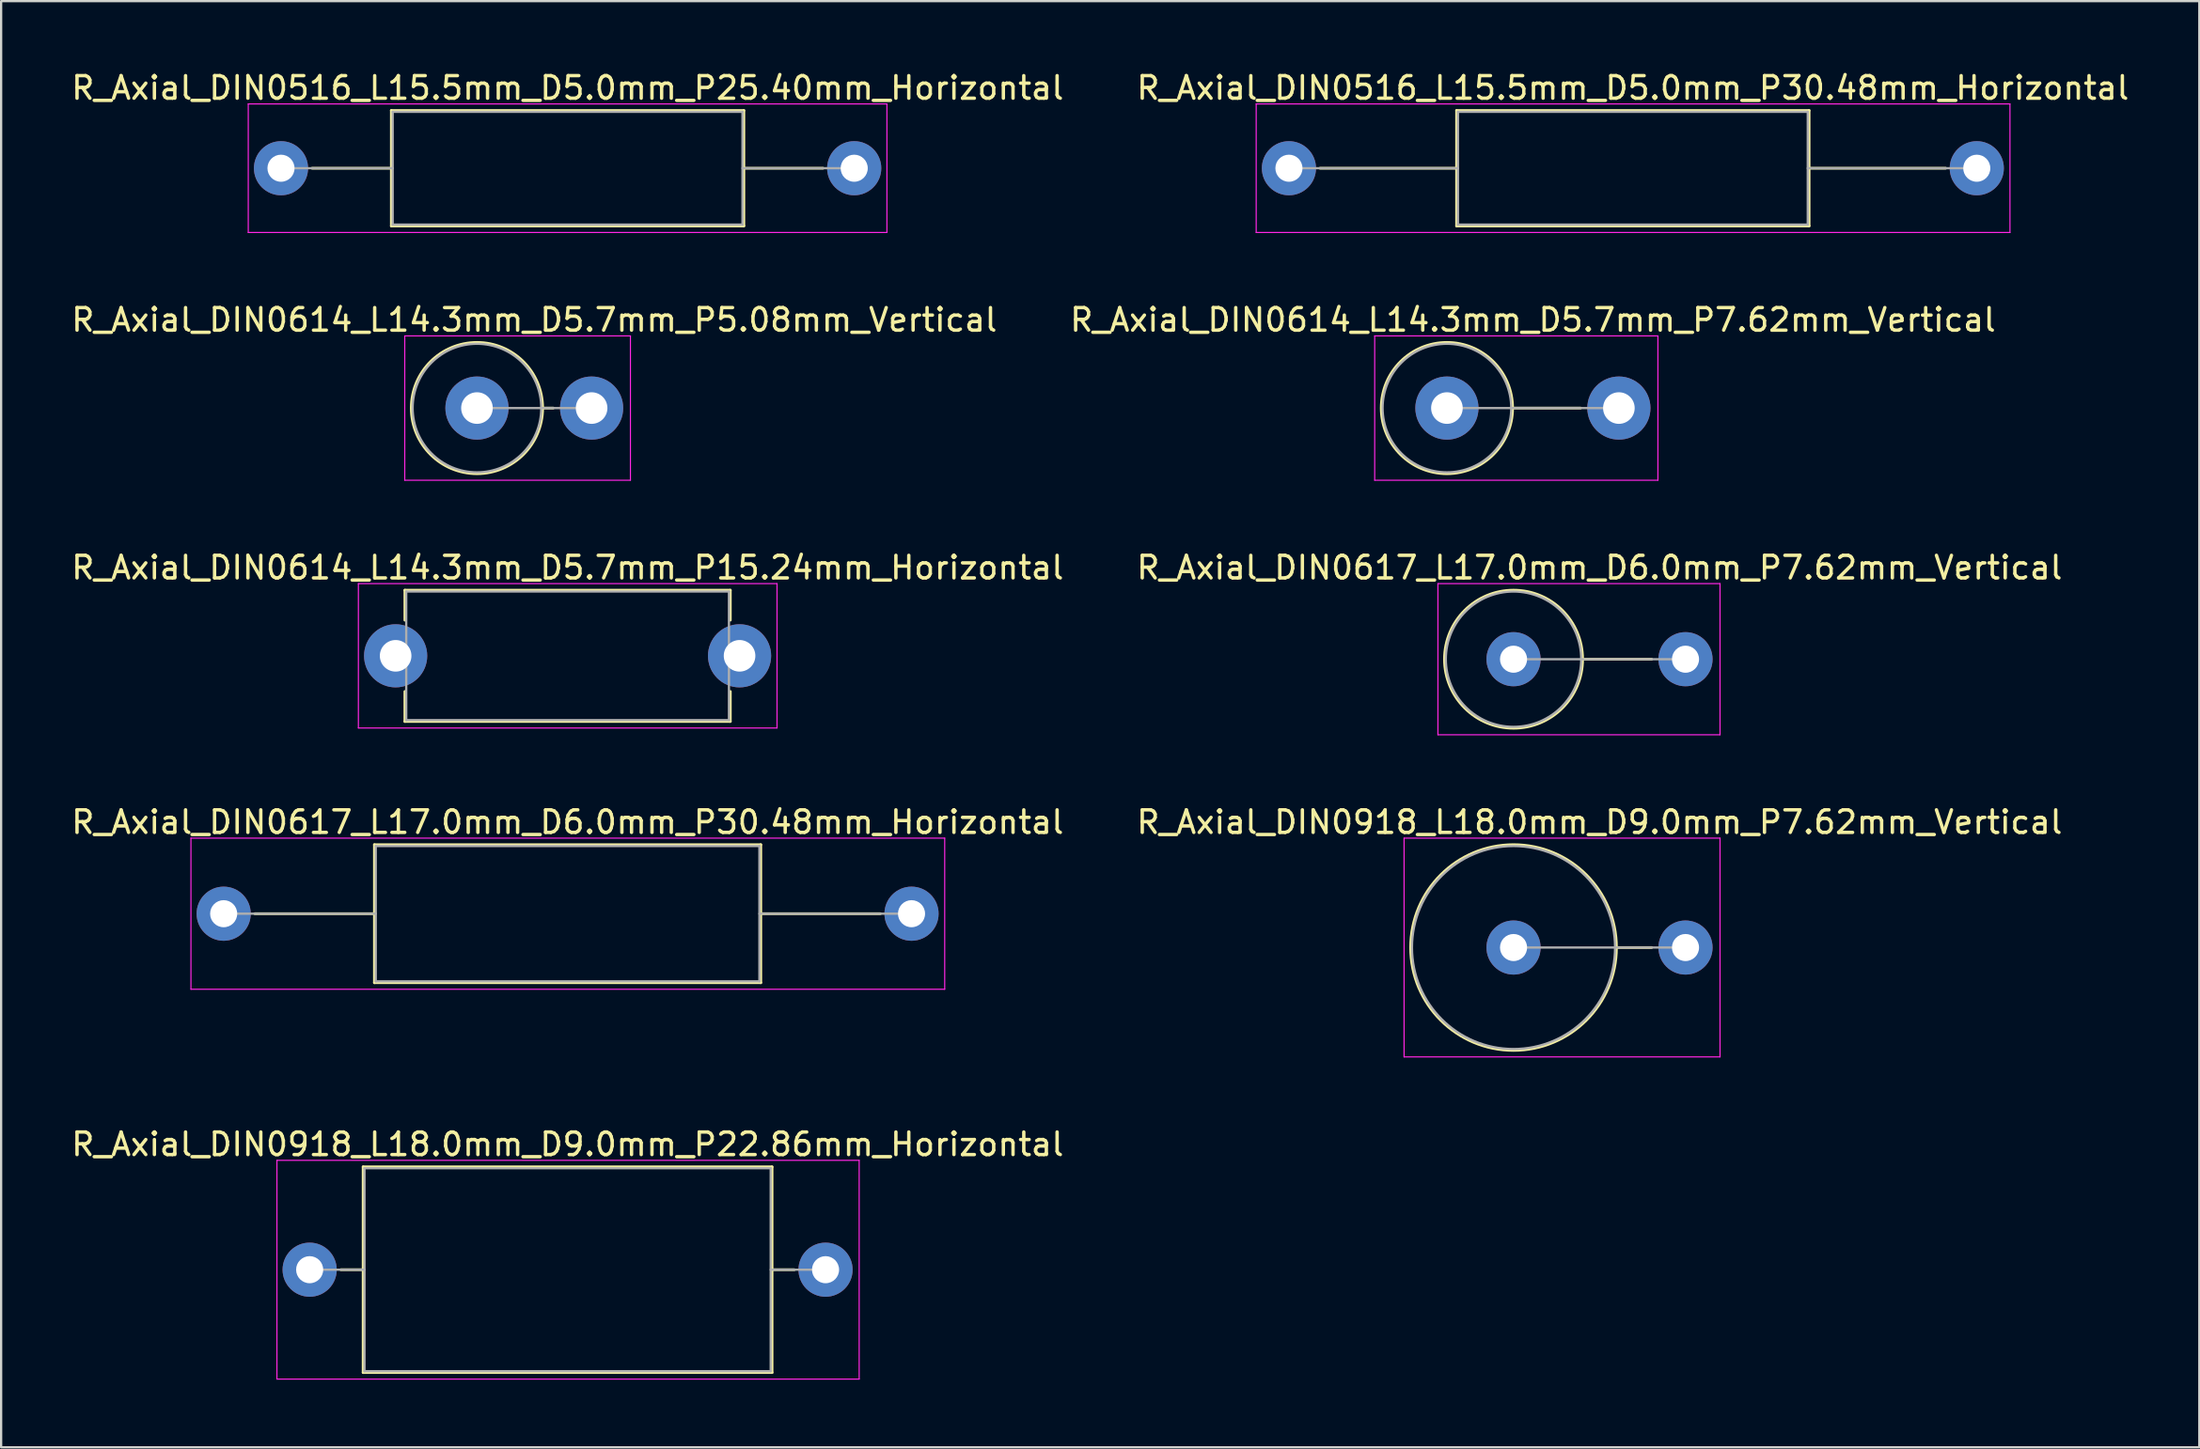
<source format=kicad_pcb>
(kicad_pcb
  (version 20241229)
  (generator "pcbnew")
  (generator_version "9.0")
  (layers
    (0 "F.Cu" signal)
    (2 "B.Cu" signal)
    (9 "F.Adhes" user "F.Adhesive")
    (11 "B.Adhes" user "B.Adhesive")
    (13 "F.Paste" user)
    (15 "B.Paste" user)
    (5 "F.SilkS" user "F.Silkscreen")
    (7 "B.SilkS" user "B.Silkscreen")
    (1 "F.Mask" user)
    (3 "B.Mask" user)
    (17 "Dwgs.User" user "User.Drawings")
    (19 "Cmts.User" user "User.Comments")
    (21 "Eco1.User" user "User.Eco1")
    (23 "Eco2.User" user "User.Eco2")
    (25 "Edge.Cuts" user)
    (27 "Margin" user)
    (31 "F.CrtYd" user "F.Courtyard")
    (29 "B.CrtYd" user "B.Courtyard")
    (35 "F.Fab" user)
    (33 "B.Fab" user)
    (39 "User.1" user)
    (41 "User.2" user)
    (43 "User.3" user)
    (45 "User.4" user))
  (footprint "R_Axial_DIN0516_L15.5mm_D5.0mm_P25.40mm_Horizontal"
    (layer "F.Cu")
    (at 9.401 4.408)
    (property "Reference" "R_Axial_DIN0516_L15.5mm_D5.0mm_P25.40mm_Horizontal" (at 12.7 -3.56 0) (layer "F.SilkS") (effects (font (size 1 1) (thickness 0.15))))
    (attr through_hole)
    (fp_line (start 1.38 0) (end 4.89 0) (stroke (width 0.12) (type solid)) (layer "F.SilkS"))
    (fp_line (start 4.89 -2.56) (end 4.89 2.56) (stroke (width 0.12) (type solid)) (layer "F.SilkS"))
    (fp_line (start 4.89 2.56) (end 20.51 2.56) (stroke (width 0.12) (type solid)) (layer "F.SilkS"))
    (fp_line (start 20.51 -2.56) (end 4.89 -2.56) (stroke (width 0.12) (type solid)) (layer "F.SilkS"))
    (fp_line (start 20.51 2.56) (end 20.51 -2.56) (stroke (width 0.12) (type solid)) (layer "F.SilkS"))
    (fp_line (start 24.02 0) (end 20.51 0) (stroke (width 0.12) (type solid)) (layer "F.SilkS"))
    (fp_line (start -1.45 -2.85) (end -1.45 2.85) (stroke (width 0.05) (type solid)) (layer "F.CrtYd"))
    (fp_line (start -1.45 2.85) (end 26.85 2.85) (stroke (width 0.05) (type solid)) (layer "F.CrtYd"))
    (fp_line (start 26.85 -2.85) (end -1.45 -2.85) (stroke (width 0.05) (type solid)) (layer "F.CrtYd"))
    (fp_line (start 26.85 2.85) (end 26.85 -2.85) (stroke (width 0.05) (type solid)) (layer "F.CrtYd"))
    (fp_line (start 0 0) (end 4.95 0) (stroke (width 0.1) (type solid)) (layer "F.Fab"))
    (fp_line (start 4.95 -2.5) (end 4.95 2.5) (stroke (width 0.1) (type solid)) (layer "F.Fab"))
    (fp_line (start 4.95 2.5) (end 20.45 2.5) (stroke (width 0.1) (type solid)) (layer "F.Fab"))
    (fp_line (start 20.45 -2.5) (end 4.95 -2.5) (stroke (width 0.1) (type solid)) (layer "F.Fab"))
    (fp_line (start 20.45 2.5) (end 20.45 -2.5) (stroke (width 0.1) (type solid)) (layer "F.Fab"))
    (fp_line (start 25.4 0) (end 20.45 0) (stroke (width 0.1) (type solid)) (layer "F.Fab"))
    (pad "1" thru_hole circle (at 0 0) (size 2.4 2.4) (drill 1.2) (layers "*.Cu" "*.Mask"))
    (pad "2" thru_hole oval (at 25.4 0) (size 2.4 2.4) (drill 1.2) (layers "*.Cu" "*.Mask")))
  (footprint "R_Axial_DIN0617_L17.0mm_D6.0mm_P30.48mm_Horizontal"
    (layer "F.Cu")
    (at 6.861 37.458)
    (property "Reference" "R_Axial_DIN0617_L17.0mm_D6.0mm_P30.48mm_Horizontal" (at 15.24 -4.06 0) (layer "F.SilkS") (effects (font (size 1 1) (thickness 0.15))))
    (attr through_hole)
    (fp_line (start 1.38 0) (end 6.68 0) (stroke (width 0.12) (type solid)) (layer "F.SilkS"))
    (fp_line (start 6.68 -3.06) (end 6.68 3.06) (stroke (width 0.12) (type solid)) (layer "F.SilkS"))
    (fp_line (start 6.68 3.06) (end 23.8 3.06) (stroke (width 0.12) (type solid)) (layer "F.SilkS"))
    (fp_line (start 23.8 -3.06) (end 6.68 -3.06) (stroke (width 0.12) (type solid)) (layer "F.SilkS"))
    (fp_line (start 23.8 3.06) (end 23.8 -3.06) (stroke (width 0.12) (type solid)) (layer "F.SilkS"))
    (fp_line (start 29.1 0) (end 23.8 0) (stroke (width 0.12) (type solid)) (layer "F.SilkS"))
    (fp_line (start -1.45 -3.35) (end -1.45 3.35) (stroke (width 0.05) (type solid)) (layer "F.CrtYd"))
    (fp_line (start -1.45 3.35) (end 31.95 3.35) (stroke (width 0.05) (type solid)) (layer "F.CrtYd"))
    (fp_line (start 31.95 -3.35) (end -1.45 -3.35) (stroke (width 0.05) (type solid)) (layer "F.CrtYd"))
    (fp_line (start 31.95 3.35) (end 31.95 -3.35) (stroke (width 0.05) (type solid)) (layer "F.CrtYd"))
    (fp_line (start 0 0) (end 6.74 0) (stroke (width 0.1) (type solid)) (layer "F.Fab"))
    (fp_line (start 6.74 -3) (end 6.74 3) (stroke (width 0.1) (type solid)) (layer "F.Fab"))
    (fp_line (start 6.74 3) (end 23.74 3) (stroke (width 0.1) (type solid)) (layer "F.Fab"))
    (fp_line (start 23.74 -3) (end 6.74 -3) (stroke (width 0.1) (type solid)) (layer "F.Fab"))
    (fp_line (start 23.74 3) (end 23.74 -3) (stroke (width 0.1) (type solid)) (layer "F.Fab"))
    (fp_line (start 30.48 0) (end 23.74 0) (stroke (width 0.1) (type solid)) (layer "F.Fab"))
    (pad "1" thru_hole circle (at 0 0) (size 2.4 2.4) (drill 1.2) (layers "*.Cu" "*.Mask"))
    (pad "2" thru_hole oval (at 30.48 0) (size 2.4 2.4) (drill 1.2) (layers "*.Cu" "*.Mask")))
  (footprint "R_Axial_DIN0614_L14.3mm_D5.7mm_P5.08mm_Vertical"
    (layer "F.Cu")
    (at 18.085 15.041)
    (property "Reference" "R_Axial_DIN0614_L14.3mm_D5.7mm_P5.08mm_Vertical" (at 2.54 -3.91 0) (layer "F.SilkS") (effects (font (size 1 1) (thickness 0.15))))
    (attr through_hole)
    (fp_line (start 2.91 0) (end 3.38 0) (stroke (width 0.12) (type solid)) (layer "F.SilkS"))
    (fp_circle (center 0 0) (end 2.91 0) (stroke (width 0.12) (type solid)) (fill no) (layer "F.SilkS"))
    (fp_line (start -3.2 -3.2) (end -3.2 3.2) (stroke (width 0.05) (type solid)) (layer "F.CrtYd"))
    (fp_line (start -3.2 3.2) (end 6.8 3.2) (stroke (width 0.05) (type solid)) (layer "F.CrtYd"))
    (fp_line (start 6.8 -3.2) (end -3.2 -3.2) (stroke (width 0.05) (type solid)) (layer "F.CrtYd"))
    (fp_line (start 6.8 3.2) (end 6.8 -3.2) (stroke (width 0.05) (type solid)) (layer "F.CrtYd"))
    (fp_line (start 0 0) (end 5.08 0) (stroke (width 0.1) (type solid)) (layer "F.Fab"))
    (fp_circle (center 0 0) (end 2.85 0) (stroke (width 0.1) (type solid)) (fill no) (layer "F.Fab"))
    (pad "1" thru_hole circle (at 0 0) (size 2.8 2.8) (drill 1.4) (layers "*.Cu" "*.Mask"))
    (pad "2" thru_hole oval (at 5.08 0) (size 2.8 2.8) (drill 1.4) (layers "*.Cu" "*.Mask")))
  (footprint "R_Axial_DIN0918_L18.0mm_D9.0mm_P22.86mm_Horizontal"
    (layer "F.Cu")
    (at 10.671 53.241)
    (property "Reference" "R_Axial_DIN0918_L18.0mm_D9.0mm_P22.86mm_Horizontal" (at 11.43 -5.56 0) (layer "F.SilkS") (effects (font (size 1 1) (thickness 0.15))))
    (attr through_hole)
    (fp_line (start 1.38 0) (end 2.37 0) (stroke (width 0.12) (type solid)) (layer "F.SilkS"))
    (fp_line (start 2.37 -4.56) (end 2.37 4.56) (stroke (width 0.12) (type solid)) (layer "F.SilkS"))
    (fp_line (start 2.37 4.56) (end 20.49 4.56) (stroke (width 0.12) (type solid)) (layer "F.SilkS"))
    (fp_line (start 20.49 -4.56) (end 2.37 -4.56) (stroke (width 0.12) (type solid)) (layer "F.SilkS"))
    (fp_line (start 20.49 4.56) (end 20.49 -4.56) (stroke (width 0.12) (type solid)) (layer "F.SilkS"))
    (fp_line (start 21.48 0) (end 20.49 0) (stroke (width 0.12) (type solid)) (layer "F.SilkS"))
    (fp_line (start -1.45 -4.85) (end -1.45 4.85) (stroke (width 0.05) (type solid)) (layer "F.CrtYd"))
    (fp_line (start -1.45 4.85) (end 24.35 4.85) (stroke (width 0.05) (type solid)) (layer "F.CrtYd"))
    (fp_line (start 24.35 -4.85) (end -1.45 -4.85) (stroke (width 0.05) (type solid)) (layer "F.CrtYd"))
    (fp_line (start 24.35 4.85) (end 24.35 -4.85) (stroke (width 0.05) (type solid)) (layer "F.CrtYd"))
    (fp_line (start 0 0) (end 2.43 0) (stroke (width 0.1) (type solid)) (layer "F.Fab"))
    (fp_line (start 2.43 -4.5) (end 2.43 4.5) (stroke (width 0.1) (type solid)) (layer "F.Fab"))
    (fp_line (start 2.43 4.5) (end 20.43 4.5) (stroke (width 0.1) (type solid)) (layer "F.Fab"))
    (fp_line (start 20.43 -4.5) (end 2.43 -4.5) (stroke (width 0.1) (type solid)) (layer "F.Fab"))
    (fp_line (start 20.43 4.5) (end 20.43 -4.5) (stroke (width 0.1) (type solid)) (layer "F.Fab"))
    (fp_line (start 22.86 0) (end 20.43 0) (stroke (width 0.1) (type solid)) (layer "F.Fab"))
    (pad "1" thru_hole circle (at 0 0) (size 2.4 2.4) (drill 1.2) (layers "*.Cu" "*.Mask"))
    (pad "2" thru_hole oval (at 22.86 0) (size 2.4 2.4) (drill 1.2) (layers "*.Cu" "*.Mask")))
  (footprint "R_Axial_DIN0614_L14.3mm_D5.7mm_P7.62mm_Vertical"
    (layer "F.Cu")
    (at 61.065 15.041)
    (property "Reference" "R_Axial_DIN0614_L14.3mm_D5.7mm_P7.62mm_Vertical" (at 3.81 -3.91 0) (layer "F.SilkS") (effects (font (size 1 1) (thickness 0.15))))
    (attr through_hole)
    (fp_line (start 2.91 0) (end 5.92 0) (stroke (width 0.12) (type solid)) (layer "F.SilkS"))
    (fp_circle (center 0 0) (end 2.91 0) (stroke (width 0.12) (type solid)) (fill no) (layer "F.SilkS"))
    (fp_line (start -3.2 -3.2) (end -3.2 3.2) (stroke (width 0.05) (type solid)) (layer "F.CrtYd"))
    (fp_line (start -3.2 3.2) (end 9.35 3.2) (stroke (width 0.05) (type solid)) (layer "F.CrtYd"))
    (fp_line (start 9.35 -3.2) (end -3.2 -3.2) (stroke (width 0.05) (type solid)) (layer "F.CrtYd"))
    (fp_line (start 9.35 3.2) (end 9.35 -3.2) (stroke (width 0.05) (type solid)) (layer "F.CrtYd"))
    (fp_line (start 0 0) (end 7.62 0) (stroke (width 0.1) (type solid)) (layer "F.Fab"))
    (fp_circle (center 0 0) (end 2.85 0) (stroke (width 0.1) (type solid)) (fill no) (layer "F.Fab"))
    (pad "1" thru_hole circle (at 0 0) (size 2.8 2.8) (drill 1.4) (layers "*.Cu" "*.Mask"))
    (pad "2" thru_hole oval (at 7.62 0) (size 2.8 2.8) (drill 1.4) (layers "*.Cu" "*.Mask")))
  (footprint "R_Axial_DIN0516_L15.5mm_D5.0mm_P30.48mm_Horizontal"
    (layer "F.Cu")
    (at 54.064 4.408)
    (property "Reference" "R_Axial_DIN0516_L15.5mm_D5.0mm_P30.48mm_Horizontal" (at 15.24 -3.56 0) (layer "F.SilkS") (effects (font (size 1 1) (thickness 0.15))))
    (attr through_hole)
    (fp_line (start 1.38 0) (end 7.43 0) (stroke (width 0.12) (type solid)) (layer "F.SilkS"))
    (fp_line (start 7.43 -2.56) (end 7.43 2.56) (stroke (width 0.12) (type solid)) (layer "F.SilkS"))
    (fp_line (start 7.43 2.56) (end 23.05 2.56) (stroke (width 0.12) (type solid)) (layer "F.SilkS"))
    (fp_line (start 23.05 -2.56) (end 7.43 -2.56) (stroke (width 0.12) (type solid)) (layer "F.SilkS"))
    (fp_line (start 23.05 2.56) (end 23.05 -2.56) (stroke (width 0.12) (type solid)) (layer "F.SilkS"))
    (fp_line (start 29.1 0) (end 23.05 0) (stroke (width 0.12) (type solid)) (layer "F.SilkS"))
    (fp_line (start -1.45 -2.85) (end -1.45 2.85) (stroke (width 0.05) (type solid)) (layer "F.CrtYd"))
    (fp_line (start -1.45 2.85) (end 31.95 2.85) (stroke (width 0.05) (type solid)) (layer "F.CrtYd"))
    (fp_line (start 31.95 -2.85) (end -1.45 -2.85) (stroke (width 0.05) (type solid)) (layer "F.CrtYd"))
    (fp_line (start 31.95 2.85) (end 31.95 -2.85) (stroke (width 0.05) (type solid)) (layer "F.CrtYd"))
    (fp_line (start 0 0) (end 7.49 0) (stroke (width 0.1) (type solid)) (layer "F.Fab"))
    (fp_line (start 7.49 -2.5) (end 7.49 2.5) (stroke (width 0.1) (type solid)) (layer "F.Fab"))
    (fp_line (start 7.49 2.5) (end 22.99 2.5) (stroke (width 0.1) (type solid)) (layer "F.Fab"))
    (fp_line (start 22.99 -2.5) (end 7.49 -2.5) (stroke (width 0.1) (type solid)) (layer "F.Fab"))
    (fp_line (start 22.99 2.5) (end 22.99 -2.5) (stroke (width 0.1) (type solid)) (layer "F.Fab"))
    (fp_line (start 30.48 0) (end 22.99 0) (stroke (width 0.1) (type solid)) (layer "F.Fab"))
    (pad "1" thru_hole circle (at 0 0) (size 2.4 2.4) (drill 1.2) (layers "*.Cu" "*.Mask"))
    (pad "2" thru_hole oval (at 30.48 0) (size 2.4 2.4) (drill 1.2) (layers "*.Cu" "*.Mask")))
  (footprint "R_Axial_DIN0617_L17.0mm_D6.0mm_P7.62mm_Vertical"
    (layer "F.Cu")
    (at 64.017 26.175)
    (property "Reference" "R_Axial_DIN0617_L17.0mm_D6.0mm_P7.62mm_Vertical" (at 3.81 -4.06 0) (layer "F.SilkS") (effects (font (size 1 1) (thickness 0.15))))
    (attr through_hole)
    (fp_line (start 3.06 0) (end 6.12 0) (stroke (width 0.12) (type solid)) (layer "F.SilkS"))
    (fp_circle (center 0 0) (end 3.06 0) (stroke (width 0.12) (type solid)) (fill no) (layer "F.SilkS"))
    (fp_line (start -3.35 -3.35) (end -3.35 3.35) (stroke (width 0.05) (type solid)) (layer "F.CrtYd"))
    (fp_line (start -3.35 3.35) (end 9.15 3.35) (stroke (width 0.05) (type solid)) (layer "F.CrtYd"))
    (fp_line (start 9.15 -3.35) (end -3.35 -3.35) (stroke (width 0.05) (type solid)) (layer "F.CrtYd"))
    (fp_line (start 9.15 3.35) (end 9.15 -3.35) (stroke (width 0.05) (type solid)) (layer "F.CrtYd"))
    (fp_line (start 0 0) (end 7.62 0) (stroke (width 0.1) (type solid)) (layer "F.Fab"))
    (fp_circle (center 0 0) (end 3 0) (stroke (width 0.1) (type solid)) (fill no) (layer "F.Fab"))
    (pad "1" thru_hole circle (at 0 0) (size 2.4 2.4) (drill 1.2) (layers "*.Cu" "*.Mask"))
    (pad "2" thru_hole oval (at 7.62 0) (size 2.4 2.4) (drill 1.2) (layers "*.Cu" "*.Mask")))
  (footprint "R_Axial_DIN0918_L18.0mm_D9.0mm_P7.62mm_Vertical"
    (layer "F.Cu")
    (at 64.017 38.958)
    (property "Reference" "R_Axial_DIN0918_L18.0mm_D9.0mm_P7.62mm_Vertical" (at 3.81 -5.56 0) (layer "F.SilkS") (effects (font (size 1 1) (thickness 0.15))))
    (attr through_hole)
    (fp_line (start 4.56 0) (end 6.12 0) (stroke (width 0.12) (type solid)) (layer "F.SilkS"))
    (fp_circle (center 0 0) (end 4.56 0) (stroke (width 0.12) (type solid)) (fill no) (layer "F.SilkS"))
    (fp_line (start -4.85 -4.85) (end -4.85 4.85) (stroke (width 0.05) (type solid)) (layer "F.CrtYd"))
    (fp_line (start -4.85 4.85) (end 9.15 4.85) (stroke (width 0.05) (type solid)) (layer "F.CrtYd"))
    (fp_line (start 9.15 -4.85) (end -4.85 -4.85) (stroke (width 0.05) (type solid)) (layer "F.CrtYd"))
    (fp_line (start 9.15 4.85) (end 9.15 -4.85) (stroke (width 0.05) (type solid)) (layer "F.CrtYd"))
    (fp_line (start 0 0) (end 7.62 0) (stroke (width 0.1) (type solid)) (layer "F.Fab"))
    (fp_circle (center 0 0) (end 4.5 0) (stroke (width 0.1) (type solid)) (fill no) (layer "F.Fab"))
    (pad "1" thru_hole circle (at 0 0) (size 2.4 2.4) (drill 1.2) (layers "*.Cu" "*.Mask"))
    (pad "2" thru_hole oval (at 7.62 0) (size 2.4 2.4) (drill 1.2) (layers "*.Cu" "*.Mask")))
  (footprint "R_Axial_DIN0614_L14.3mm_D5.7mm_P15.24mm_Horizontal"
    (layer "F.Cu")
    (at 14.481 26.025)
    (property "Reference" "R_Axial_DIN0614_L14.3mm_D5.7mm_P15.24mm_Horizontal" (at 7.62 -3.91 0) (layer "F.SilkS") (effects (font (size 1 1) (thickness 0.15))))
    (attr through_hole)
    (fp_line (start 0.41 -2.91) (end 14.83 -2.91) (stroke (width 0.12) (type solid)) (layer "F.SilkS"))
    (fp_line (start 0.41 -1.58) (end 0.41 -2.91) (stroke (width 0.12) (type solid)) (layer "F.SilkS"))
    (fp_line (start 0.41 1.58) (end 0.41 2.91) (stroke (width 0.12) (type solid)) (layer "F.SilkS"))
    (fp_line (start 0.41 2.91) (end 14.83 2.91) (stroke (width 0.12) (type solid)) (layer "F.SilkS"))
    (fp_line (start 14.83 -2.91) (end 14.83 -1.58) (stroke (width 0.12) (type solid)) (layer "F.SilkS"))
    (fp_line (start 14.83 2.91) (end 14.83 1.58) (stroke (width 0.12) (type solid)) (layer "F.SilkS"))
    (fp_line (start -1.65 -3.2) (end -1.65 3.2) (stroke (width 0.05) (type solid)) (layer "F.CrtYd"))
    (fp_line (start -1.65 3.2) (end 16.9 3.2) (stroke (width 0.05) (type solid)) (layer "F.CrtYd"))
    (fp_line (start 16.9 -3.2) (end -1.65 -3.2) (stroke (width 0.05) (type solid)) (layer "F.CrtYd"))
    (fp_line (start 16.9 3.2) (end 16.9 -3.2) (stroke (width 0.05) (type solid)) (layer "F.CrtYd"))
    (fp_line (start 0 0) (end 0.47 0) (stroke (width 0.1) (type solid)) (layer "F.Fab"))
    (fp_line (start 0.47 -2.85) (end 0.47 2.85) (stroke (width 0.1) (type solid)) (layer "F.Fab"))
    (fp_line (start 0.47 2.85) (end 14.77 2.85) (stroke (width 0.1) (type solid)) (layer "F.Fab"))
    (fp_line (start 14.77 -2.85) (end 0.47 -2.85) (stroke (width 0.1) (type solid)) (layer "F.Fab"))
    (fp_line (start 14.77 2.85) (end 14.77 -2.85) (stroke (width 0.1) (type solid)) (layer "F.Fab"))
    (fp_line (start 15.24 0) (end 14.77 0) (stroke (width 0.1) (type solid)) (layer "F.Fab"))
    (pad "1" thru_hole circle (at 0 0) (size 2.8 2.8) (drill 1.4) (layers "*.Cu" "*.Mask"))
    (pad "2" thru_hole oval (at 15.24 0) (size 2.8 2.8) (drill 1.4) (layers "*.Cu" "*.Mask")))
  (gr_rect
    (start -3 -3)
    (end 94.405 61.116)
    (stroke (width 0.1) (type default))
    (fill no)
    (layer "Edge.Cuts")))
</source>
